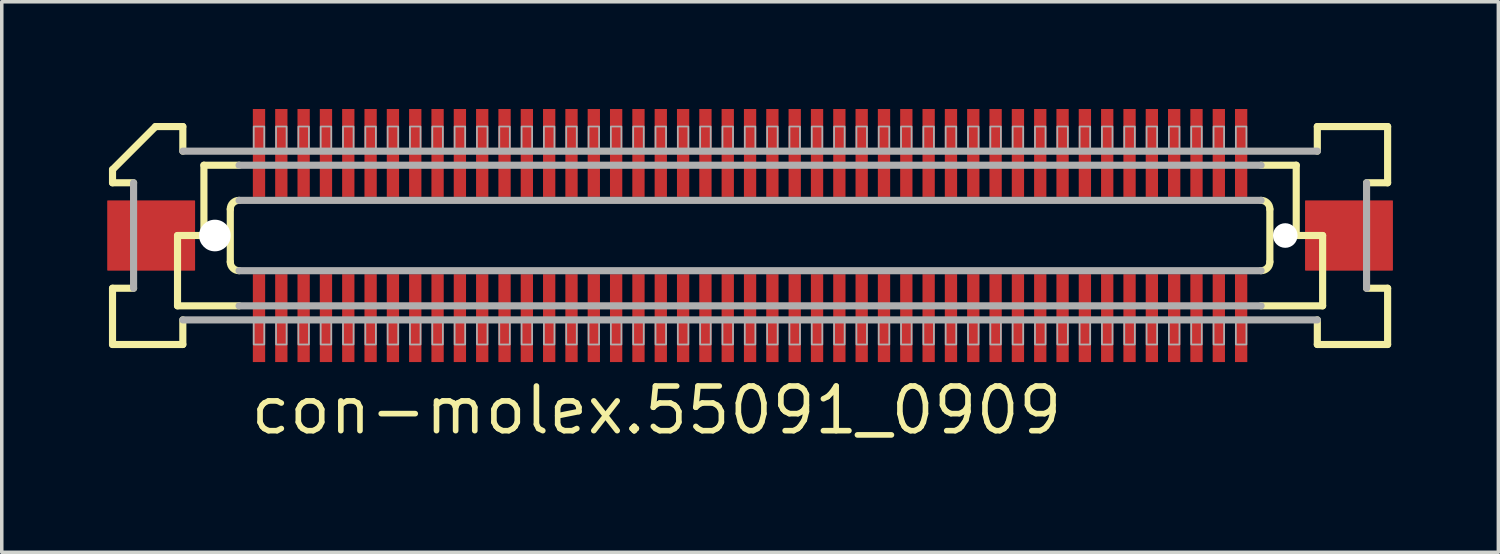
<source format=kicad_pcb>
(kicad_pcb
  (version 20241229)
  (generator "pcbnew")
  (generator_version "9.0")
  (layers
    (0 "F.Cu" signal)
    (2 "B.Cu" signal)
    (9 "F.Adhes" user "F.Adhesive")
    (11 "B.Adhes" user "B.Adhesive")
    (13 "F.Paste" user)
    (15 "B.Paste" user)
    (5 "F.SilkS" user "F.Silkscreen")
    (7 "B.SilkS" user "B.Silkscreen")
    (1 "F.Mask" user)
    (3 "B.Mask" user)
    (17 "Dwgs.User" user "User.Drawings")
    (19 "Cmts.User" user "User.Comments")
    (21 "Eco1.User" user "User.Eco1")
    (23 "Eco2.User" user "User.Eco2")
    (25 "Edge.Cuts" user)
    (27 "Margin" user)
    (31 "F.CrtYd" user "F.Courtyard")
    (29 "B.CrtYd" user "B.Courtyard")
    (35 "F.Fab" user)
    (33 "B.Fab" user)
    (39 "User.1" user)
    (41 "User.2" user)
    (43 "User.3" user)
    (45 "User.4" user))
  (footprint "con-molex.55091_0909"
    (layer "F.Cu")
    (at 18.288 3.65)
    (property "Reference" "con-molex.55091_0909" (at -14.287 5.715 0) (layer "F.SilkS") (effects (font (size 1.27 1.27) (thickness 0.16)) (justify left bottom)))
    (attr smd)
    (fp_rect (start -14.17 -1.075) (end -13.77 -3.625) (stroke (width 0.05) (type default)) (fill yes) (layer "F.Mask"))
    (fp_rect (start -14.17 3.625) (end -13.77 1.075) (stroke (width 0.05) (type default)) (fill yes) (layer "F.Mask"))
    (fp_rect (start -13.535 -1.075) (end -13.135 -3.625) (stroke (width 0.05) (type default)) (fill yes) (layer "F.Mask"))
    (fp_rect (start -13.535 3.625) (end -13.135 1.075) (stroke (width 0.05) (type default)) (fill yes) (layer "F.Mask"))
    (fp_rect (start -12.9 -1.075) (end -12.5 -3.625) (stroke (width 0.05) (type default)) (fill yes) (layer "F.Mask"))
    (fp_rect (start -12.9 3.625) (end -12.5 1.075) (stroke (width 0.05) (type default)) (fill yes) (layer "F.Mask"))
    (fp_rect (start -12.265 -1.075) (end -11.865 -3.625) (stroke (width 0.05) (type default)) (fill yes) (layer "F.Mask"))
    (fp_rect (start -12.265 3.625) (end -11.865 1.075) (stroke (width 0.05) (type default)) (fill yes) (layer "F.Mask"))
    (fp_rect (start -11.63 -1.075) (end -11.23 -3.625) (stroke (width 0.05) (type default)) (fill yes) (layer "F.Mask"))
    (fp_rect (start -11.63 3.625) (end -11.23 1.075) (stroke (width 0.05) (type default)) (fill yes) (layer "F.Mask"))
    (fp_rect (start -10.995 -1.075) (end -10.595 -3.625) (stroke (width 0.05) (type default)) (fill yes) (layer "F.Mask"))
    (fp_rect (start -10.995 3.625) (end -10.595 1.075) (stroke (width 0.05) (type default)) (fill yes) (layer "F.Mask"))
    (fp_rect (start -10.36 -1.075) (end -9.96 -3.625) (stroke (width 0.05) (type default)) (fill yes) (layer "F.Mask"))
    (fp_rect (start -10.36 3.625) (end -9.96 1.075) (stroke (width 0.05) (type default)) (fill yes) (layer "F.Mask"))
    (fp_rect (start -9.725 -1.075) (end -9.325 -3.625) (stroke (width 0.05) (type default)) (fill yes) (layer "F.Mask"))
    (fp_rect (start -9.725 3.625) (end -9.325 1.075) (stroke (width 0.05) (type default)) (fill yes) (layer "F.Mask"))
    (fp_rect (start -9.09 -1.075) (end -8.69 -3.625) (stroke (width 0.05) (type default)) (fill yes) (layer "F.Mask"))
    (fp_rect (start -9.09 3.625) (end -8.69 1.075) (stroke (width 0.05) (type default)) (fill yes) (layer "F.Mask"))
    (fp_rect (start -8.455 -1.075) (end -8.055 -3.625) (stroke (width 0.05) (type default)) (fill yes) (layer "F.Mask"))
    (fp_rect (start -8.455 3.625) (end -8.055 1.075) (stroke (width 0.05) (type default)) (fill yes) (layer "F.Mask"))
    (fp_rect (start -7.82 -1.075) (end -7.42 -3.625) (stroke (width 0.05) (type default)) (fill yes) (layer "F.Mask"))
    (fp_rect (start -7.82 3.625) (end -7.42 1.075) (stroke (width 0.05) (type default)) (fill yes) (layer "F.Mask"))
    (fp_rect (start -7.185 -1.075) (end -6.785 -3.625) (stroke (width 0.05) (type default)) (fill yes) (layer "F.Mask"))
    (fp_rect (start -7.185 3.625) (end -6.785 1.075) (stroke (width 0.05) (type default)) (fill yes) (layer "F.Mask"))
    (fp_rect (start -6.55 -1.075) (end -6.15 -3.625) (stroke (width 0.05) (type default)) (fill yes) (layer "F.Mask"))
    (fp_rect (start -6.55 3.625) (end -6.15 1.075) (stroke (width 0.05) (type default)) (fill yes) (layer "F.Mask"))
    (fp_rect (start -5.915 -1.075) (end -5.515 -3.625) (stroke (width 0.05) (type default)) (fill yes) (layer "F.Mask"))
    (fp_rect (start -5.915 3.625) (end -5.515 1.075) (stroke (width 0.05) (type default)) (fill yes) (layer "F.Mask"))
    (fp_rect (start -5.28 -1.075) (end -4.88 -3.625) (stroke (width 0.05) (type default)) (fill yes) (layer "F.Mask"))
    (fp_rect (start -5.28 3.625) (end -4.88 1.075) (stroke (width 0.05) (type default)) (fill yes) (layer "F.Mask"))
    (fp_rect (start -4.645 -1.075) (end -4.245 -3.625) (stroke (width 0.05) (type default)) (fill yes) (layer "F.Mask"))
    (fp_rect (start -4.645 3.625) (end -4.245 1.075) (stroke (width 0.05) (type default)) (fill yes) (layer "F.Mask"))
    (fp_rect (start -4.01 -1.075) (end -3.61 -3.625) (stroke (width 0.05) (type default)) (fill yes) (layer "F.Mask"))
    (fp_rect (start -4.01 3.625) (end -3.61 1.075) (stroke (width 0.05) (type default)) (fill yes) (layer "F.Mask"))
    (fp_rect (start -3.375 -1.075) (end -2.975 -3.625) (stroke (width 0.05) (type default)) (fill yes) (layer "F.Mask"))
    (fp_rect (start -3.375 3.625) (end -2.975 1.075) (stroke (width 0.05) (type default)) (fill yes) (layer "F.Mask"))
    (fp_rect (start -2.74 -1.075) (end -2.34 -3.625) (stroke (width 0.05) (type default)) (fill yes) (layer "F.Mask"))
    (fp_rect (start -2.74 3.625) (end -2.34 1.075) (stroke (width 0.05) (type default)) (fill yes) (layer "F.Mask"))
    (fp_rect (start -2.105 -1.075) (end -1.705 -3.625) (stroke (width 0.05) (type default)) (fill yes) (layer "F.Mask"))
    (fp_rect (start -2.105 3.625) (end -1.705 1.075) (stroke (width 0.05) (type default)) (fill yes) (layer "F.Mask"))
    (fp_rect (start -1.47 -1.075) (end -1.07 -3.625) (stroke (width 0.05) (type default)) (fill yes) (layer "F.Mask"))
    (fp_rect (start -1.47 3.625) (end -1.07 1.075) (stroke (width 0.05) (type default)) (fill yes) (layer "F.Mask"))
    (fp_rect (start -0.835 -1.075) (end -0.435 -3.625) (stroke (width 0.05) (type default)) (fill yes) (layer "F.Mask"))
    (fp_rect (start -0.835 3.625) (end -0.435 1.075) (stroke (width 0.05) (type default)) (fill yes) (layer "F.Mask"))
    (fp_rect (start -0.2 -1.075) (end 0.2 -3.625) (stroke (width 0.05) (type default)) (fill yes) (layer "F.Mask"))
    (fp_rect (start -0.2 3.625) (end 0.2 1.075) (stroke (width 0.05) (type default)) (fill yes) (layer "F.Mask"))
    (fp_rect (start 0.435 -1.075) (end 0.835 -3.625) (stroke (width 0.05) (type default)) (fill yes) (layer "F.Mask"))
    (fp_rect (start 0.435 3.625) (end 0.835 1.075) (stroke (width 0.05) (type default)) (fill yes) (layer "F.Mask"))
    (fp_rect (start 1.07 -1.075) (end 1.47 -3.625) (stroke (width 0.05) (type default)) (fill yes) (layer "F.Mask"))
    (fp_rect (start 1.07 3.625) (end 1.47 1.075) (stroke (width 0.05) (type default)) (fill yes) (layer "F.Mask"))
    (fp_rect (start 1.705 -1.075) (end 2.105 -3.625) (stroke (width 0.05) (type default)) (fill yes) (layer "F.Mask"))
    (fp_rect (start 1.705 3.625) (end 2.105 1.075) (stroke (width 0.05) (type default)) (fill yes) (layer "F.Mask"))
    (fp_rect (start 2.34 -1.075) (end 2.74 -3.625) (stroke (width 0.05) (type default)) (fill yes) (layer "F.Mask"))
    (fp_rect (start 2.34 3.625) (end 2.74 1.075) (stroke (width 0.05) (type default)) (fill yes) (layer "F.Mask"))
    (fp_rect (start 2.975 -1.075) (end 3.375 -3.625) (stroke (width 0.05) (type default)) (fill yes) (layer "F.Mask"))
    (fp_rect (start 2.975 3.625) (end 3.375 1.075) (stroke (width 0.05) (type default)) (fill yes) (layer "F.Mask"))
    (fp_rect (start 3.61 -1.075) (end 4.01 -3.625) (stroke (width 0.05) (type default)) (fill yes) (layer "F.Mask"))
    (fp_rect (start 3.61 3.625) (end 4.01 1.075) (stroke (width 0.05) (type default)) (fill yes) (layer "F.Mask"))
    (fp_rect (start 4.245 -1.075) (end 4.645 -3.625) (stroke (width 0.05) (type default)) (fill yes) (layer "F.Mask"))
    (fp_rect (start 4.245 3.625) (end 4.645 1.075) (stroke (width 0.05) (type default)) (fill yes) (layer "F.Mask"))
    (fp_rect (start 4.88 -1.075) (end 5.28 -3.625) (stroke (width 0.05) (type default)) (fill yes) (layer "F.Mask"))
    (fp_rect (start 4.88 3.625) (end 5.28 1.075) (stroke (width 0.05) (type default)) (fill yes) (layer "F.Mask"))
    (fp_rect (start 5.515 -1.075) (end 5.915 -3.625) (stroke (width 0.05) (type default)) (fill yes) (layer "F.Mask"))
    (fp_rect (start 5.515 3.625) (end 5.915 1.075) (stroke (width 0.05) (type default)) (fill yes) (layer "F.Mask"))
    (fp_rect (start 6.15 -1.075) (end 6.55 -3.625) (stroke (width 0.05) (type default)) (fill yes) (layer "F.Mask"))
    (fp_rect (start 6.15 3.625) (end 6.55 1.075) (stroke (width 0.05) (type default)) (fill yes) (layer "F.Mask"))
    (fp_rect (start 6.785 -1.075) (end 7.185 -3.625) (stroke (width 0.05) (type default)) (fill yes) (layer "F.Mask"))
    (fp_rect (start 6.785 3.625) (end 7.185 1.075) (stroke (width 0.05) (type default)) (fill yes) (layer "F.Mask"))
    (fp_rect (start 7.42 -1.075) (end 7.82 -3.625) (stroke (width 0.05) (type default)) (fill yes) (layer "F.Mask"))
    (fp_rect (start 7.42 3.625) (end 7.82 1.075) (stroke (width 0.05) (type default)) (fill yes) (layer "F.Mask"))
    (fp_rect (start 8.055 -1.075) (end 8.455 -3.625) (stroke (width 0.05) (type default)) (fill yes) (layer "F.Mask"))
    (fp_rect (start 8.055 3.625) (end 8.455 1.075) (stroke (width 0.05) (type default)) (fill yes) (layer "F.Mask"))
    (fp_rect (start 8.69 -1.075) (end 9.09 -3.625) (stroke (width 0.05) (type default)) (fill yes) (layer "F.Mask"))
    (fp_rect (start 8.69 3.625) (end 9.09 1.075) (stroke (width 0.05) (type default)) (fill yes) (layer "F.Mask"))
    (fp_rect (start 9.325 -1.075) (end 9.725 -3.625) (stroke (width 0.05) (type default)) (fill yes) (layer "F.Mask"))
    (fp_rect (start 9.325 3.625) (end 9.725 1.075) (stroke (width 0.05) (type default)) (fill yes) (layer "F.Mask"))
    (fp_rect (start 9.96 -1.075) (end 10.36 -3.625) (stroke (width 0.05) (type default)) (fill yes) (layer "F.Mask"))
    (fp_rect (start 9.96 3.625) (end 10.36 1.075) (stroke (width 0.05) (type default)) (fill yes) (layer "F.Mask"))
    (fp_rect (start 10.595 -1.075) (end 10.995 -3.625) (stroke (width 0.05) (type default)) (fill yes) (layer "F.Mask"))
    (fp_rect (start 10.595 3.625) (end 10.995 1.075) (stroke (width 0.05) (type default)) (fill yes) (layer "F.Mask"))
    (fp_rect (start 11.23 -1.075) (end 11.63 -3.625) (stroke (width 0.05) (type default)) (fill yes) (layer "F.Mask"))
    (fp_rect (start 11.23 3.625) (end 11.63 1.075) (stroke (width 0.05) (type default)) (fill yes) (layer "F.Mask"))
    (fp_rect (start 11.865 -1.075) (end 12.265 -3.625) (stroke (width 0.05) (type default)) (fill yes) (layer "F.Mask"))
    (fp_rect (start 11.865 3.625) (end 12.265 1.075) (stroke (width 0.05) (type default)) (fill yes) (layer "F.Mask"))
    (fp_rect (start 12.5 -1.075) (end 12.9 -3.625) (stroke (width 0.05) (type default)) (fill yes) (layer "F.Mask"))
    (fp_rect (start 12.5 3.625) (end 12.9 1.075) (stroke (width 0.05) (type default)) (fill yes) (layer "F.Mask"))
    (fp_rect (start 13.135 -1.075) (end 13.535 -3.625) (stroke (width 0.05) (type default)) (fill yes) (layer "F.Mask"))
    (fp_rect (start 13.135 3.625) (end 13.535 1.075) (stroke (width 0.05) (type default)) (fill yes) (layer "F.Mask"))
    (fp_rect (start 13.77 -1.075) (end 14.17 -3.625) (stroke (width 0.05) (type default)) (fill yes) (layer "F.Mask"))
    (fp_rect (start 13.77 3.625) (end 14.17 1.075) (stroke (width 0.05) (type default)) (fill yes) (layer "F.Mask"))
    (fp_line (start -18.137 -1.5) (end -18.137 -1.875) (stroke (width 0.203) (type default)) (layer "F.SilkS"))
    (fp_line (start -18.137 1.5) (end -17.538 1.5) (stroke (width 0.203) (type default)) (layer "F.SilkS"))
    (fp_line (start -18.137 3.1) (end -18.137 1.5) (stroke (width 0.203) (type default)) (layer "F.SilkS"))
    (fp_line (start -17.538 -1.5) (end -18.137 -1.5) (stroke (width 0.203) (type default)) (layer "F.SilkS"))
    (fp_line (start -16.913 -3.1) (end -18.137 -1.875) (stroke (width 0.203) (type default)) (layer "F.SilkS"))
    (fp_line (start -16.913 -3.1) (end -16.137 -3.1) (stroke (width 0.203) (type default)) (layer "F.SilkS"))
    (fp_line (start -16.288 0) (end -16.288 2) (stroke (width 0.203) (type default)) (layer "F.SilkS"))
    (fp_line (start -16.288 2) (end -14.537 2) (stroke (width 0.203) (type default)) (layer "F.SilkS"))
    (fp_line (start -16.137 -3.1) (end -16.137 -2.4) (stroke (width 0.203) (type default)) (layer "F.SilkS"))
    (fp_line (start -16.137 2.4) (end -16.137 3.1) (stroke (width 0.203) (type default)) (layer "F.SilkS"))
    (fp_line (start -16.137 3.1) (end -18.137 3.1) (stroke (width 0.203) (type default)) (layer "F.SilkS"))
    (fp_line (start -15.537 -2) (end -15.537 0) (stroke (width 0.203) (type default)) (layer "F.SilkS"))
    (fp_line (start -15.537 0) (end -16.288 0) (stroke (width 0.203) (type default)) (layer "F.SilkS"))
    (fp_line (start -14.787 0.75) (end -14.787 -0.75) (stroke (width 0.203) (type default)) (layer "F.SilkS"))
    (fp_line (start -14.537 -2) (end -15.537 -2) (stroke (width 0.203) (type default)) (layer "F.SilkS"))
    (fp_line (start 14.537 2) (end 16.288 2) (stroke (width 0.203) (type default)) (layer "F.SilkS"))
    (fp_line (start 14.787 -0.75) (end 14.787 0.75) (stroke (width 0.203) (type default)) (layer "F.SilkS"))
    (fp_line (start 15.537 -2) (end 14.537 -2) (stroke (width 0.203) (type default)) (layer "F.SilkS"))
    (fp_line (start 15.537 -2) (end 15.537 0) (stroke (width 0.203) (type default)) (layer "F.SilkS"))
    (fp_line (start 16.137 -3.1) (end 18.137 -3.1) (stroke (width 0.203) (type default)) (layer "F.SilkS"))
    (fp_line (start 16.137 -2.4) (end 16.137 -3.1) (stroke (width 0.203) (type default)) (layer "F.SilkS"))
    (fp_line (start 16.137 3.1) (end 16.137 2.4) (stroke (width 0.203) (type default)) (layer "F.SilkS"))
    (fp_line (start 16.288 0) (end 15.537 0) (stroke (width 0.203) (type default)) (layer "F.SilkS"))
    (fp_line (start 16.288 0) (end 16.288 2) (stroke (width 0.203) (type default)) (layer "F.SilkS"))
    (fp_line (start 17.538 1.5) (end 18.137 1.5) (stroke (width 0.203) (type default)) (layer "F.SilkS"))
    (fp_line (start 18.137 -3.1) (end 18.137 -1.5) (stroke (width 0.203) (type default)) (layer "F.SilkS"))
    (fp_line (start 18.137 -1.5) (end 17.538 -1.5) (stroke (width 0.203) (type default)) (layer "F.SilkS"))
    (fp_line (start 18.137 1.5) (end 18.137 3.1) (stroke (width 0.203) (type default)) (layer "F.SilkS"))
    (fp_line (start 18.137 3.1) (end 16.137 3.1) (stroke (width 0.203) (type default)) (layer "F.SilkS"))
    (fp_arc (start -14.7875 -0.75) (mid -14.714277 -0.926777) (end -14.5375 -1) (stroke (width 0.2032) (type default)) (layer "F.SilkS"))
    (fp_arc (start -14.5375 1) (mid -14.714277 0.926777) (end -14.7875 0.75) (stroke (width 0.2032) (type default)) (layer "F.SilkS"))
    (fp_arc (start 14.5375 -1) (mid 14.714277 -0.926777) (end 14.7875 -0.75) (stroke (width 0.2032) (type default)) (layer "F.SilkS"))
    (fp_arc (start 14.7875 0.75) (mid 14.714277 0.926777) (end 14.5375 1) (stroke (width 0.2032) (type default)) (layer "F.SilkS"))
    (fp_line (start -17.538 1.5) (end -17.538 -1.5) (stroke (width 0.203) (type default)) (layer "F.Fab"))
    (fp_line (start -16.137 -2.4) (end 16.137 -2.4) (stroke (width 0.203) (type default)) (layer "F.Fab"))
    (fp_line (start -14.537 -1) (end 14.537 -1) (stroke (width 0.203) (type default)) (layer "F.Fab"))
    (fp_line (start -14.537 2) (end 14.537 2) (stroke (width 0.203) (type default)) (layer "F.Fab"))
    (fp_line (start 14.537 -2) (end -14.537 -2) (stroke (width 0.203) (type default)) (layer "F.Fab"))
    (fp_line (start 14.537 1) (end -14.537 1) (stroke (width 0.203) (type default)) (layer "F.Fab"))
    (fp_line (start 16.137 2.4) (end -16.137 2.4) (stroke (width 0.203) (type default)) (layer "F.Fab"))
    (fp_line (start 17.538 -1.5) (end 17.538 1.5) (stroke (width 0.203) (type default)) (layer "F.Fab"))
    (fp_rect (start -14.12 -2.375) (end -13.82 -3.1) (stroke (width 0.05) (type default)) (fill no) (layer "F.Fab"))
    (fp_rect (start -14.12 3.1) (end -13.82 2.375) (stroke (width 0.05) (type default)) (fill no) (layer "F.Fab"))
    (fp_rect (start -13.485 -2.375) (end -13.185 -3.1) (stroke (width 0.05) (type default)) (fill no) (layer "F.Fab"))
    (fp_rect (start -13.485 3.1) (end -13.185 2.375) (stroke (width 0.05) (type default)) (fill no) (layer "F.Fab"))
    (fp_rect (start -12.85 -2.375) (end -12.55 -3.1) (stroke (width 0.05) (type default)) (fill no) (layer "F.Fab"))
    (fp_rect (start -12.85 3.1) (end -12.55 2.375) (stroke (width 0.05) (type default)) (fill no) (layer "F.Fab"))
    (fp_rect (start -12.215 -2.375) (end -11.915 -3.1) (stroke (width 0.05) (type default)) (fill no) (layer "F.Fab"))
    (fp_rect (start -12.215 3.1) (end -11.915 2.375) (stroke (width 0.05) (type default)) (fill no) (layer "F.Fab"))
    (fp_rect (start -11.58 -2.375) (end -11.28 -3.1) (stroke (width 0.05) (type default)) (fill no) (layer "F.Fab"))
    (fp_rect (start -11.58 3.1) (end -11.28 2.375) (stroke (width 0.05) (type default)) (fill no) (layer "F.Fab"))
    (fp_rect (start -10.945 -2.375) (end -10.645 -3.1) (stroke (width 0.05) (type default)) (fill no) (layer "F.Fab"))
    (fp_rect (start -10.945 3.1) (end -10.645 2.375) (stroke (width 0.05) (type default)) (fill no) (layer "F.Fab"))
    (fp_rect (start -10.31 -2.375) (end -10.01 -3.1) (stroke (width 0.05) (type default)) (fill no) (layer "F.Fab"))
    (fp_rect (start -10.31 3.1) (end -10.01 2.375) (stroke (width 0.05) (type default)) (fill no) (layer "F.Fab"))
    (fp_rect (start -9.675 -2.375) (end -9.375 -3.1) (stroke (width 0.05) (type default)) (fill no) (layer "F.Fab"))
    (fp_rect (start -9.675 3.1) (end -9.375 2.375) (stroke (width 0.05) (type default)) (fill no) (layer "F.Fab"))
    (fp_rect (start -9.04 -2.375) (end -8.74 -3.1) (stroke (width 0.05) (type default)) (fill no) (layer "F.Fab"))
    (fp_rect (start -9.04 3.1) (end -8.74 2.375) (stroke (width 0.05) (type default)) (fill no) (layer "F.Fab"))
    (fp_rect (start -8.405 -2.375) (end -8.105 -3.1) (stroke (width 0.05) (type default)) (fill no) (layer "F.Fab"))
    (fp_rect (start -8.405 3.1) (end -8.105 2.375) (stroke (width 0.05) (type default)) (fill no) (layer "F.Fab"))
    (fp_rect (start -7.77 -2.375) (end -7.47 -3.1) (stroke (width 0.05) (type default)) (fill no) (layer "F.Fab"))
    (fp_rect (start -7.77 3.1) (end -7.47 2.375) (stroke (width 0.05) (type default)) (fill no) (layer "F.Fab"))
    (fp_rect (start -7.135 -2.375) (end -6.835 -3.1) (stroke (width 0.05) (type default)) (fill no) (layer "F.Fab"))
    (fp_rect (start -7.135 3.1) (end -6.835 2.375) (stroke (width 0.05) (type default)) (fill no) (layer "F.Fab"))
    (fp_rect (start -6.5 -2.375) (end -6.2 -3.1) (stroke (width 0.05) (type default)) (fill no) (layer "F.Fab"))
    (fp_rect (start -6.5 3.1) (end -6.2 2.375) (stroke (width 0.05) (type default)) (fill no) (layer "F.Fab"))
    (fp_rect (start -5.865 -2.375) (end -5.565 -3.1) (stroke (width 0.05) (type default)) (fill no) (layer "F.Fab"))
    (fp_rect (start -5.865 3.1) (end -5.565 2.375) (stroke (width 0.05) (type default)) (fill no) (layer "F.Fab"))
    (fp_rect (start -5.23 -2.375) (end -4.93 -3.1) (stroke (width 0.05) (type default)) (fill no) (layer "F.Fab"))
    (fp_rect (start -5.23 3.1) (end -4.93 2.375) (stroke (width 0.05) (type default)) (fill no) (layer "F.Fab"))
    (fp_rect (start -4.595 -2.375) (end -4.295 -3.1) (stroke (width 0.05) (type default)) (fill no) (layer "F.Fab"))
    (fp_rect (start -4.595 3.1) (end -4.295 2.375) (stroke (width 0.05) (type default)) (fill no) (layer "F.Fab"))
    (fp_rect (start -3.96 -2.375) (end -3.66 -3.1) (stroke (width 0.05) (type default)) (fill no) (layer "F.Fab"))
    (fp_rect (start -3.96 3.1) (end -3.66 2.375) (stroke (width 0.05) (type default)) (fill no) (layer "F.Fab"))
    (fp_rect (start -3.325 -2.375) (end -3.025 -3.1) (stroke (width 0.05) (type default)) (fill no) (layer "F.Fab"))
    (fp_rect (start -3.325 3.1) (end -3.025 2.375) (stroke (width 0.05) (type default)) (fill no) (layer "F.Fab"))
    (fp_rect (start -2.69 -2.375) (end -2.39 -3.1) (stroke (width 0.05) (type default)) (fill no) (layer "F.Fab"))
    (fp_rect (start -2.69 3.1) (end -2.39 2.375) (stroke (width 0.05) (type default)) (fill no) (layer "F.Fab"))
    (fp_rect (start -2.055 -2.375) (end -1.755 -3.1) (stroke (width 0.05) (type default)) (fill no) (layer "F.Fab"))
    (fp_rect (start -2.055 3.1) (end -1.755 2.375) (stroke (width 0.05) (type default)) (fill no) (layer "F.Fab"))
    (fp_rect (start -1.42 -2.375) (end -1.12 -3.1) (stroke (width 0.05) (type default)) (fill no) (layer "F.Fab"))
    (fp_rect (start -1.42 3.1) (end -1.12 2.375) (stroke (width 0.05) (type default)) (fill no) (layer "F.Fab"))
    (fp_rect (start -0.785 -2.375) (end -0.485 -3.1) (stroke (width 0.05) (type default)) (fill no) (layer "F.Fab"))
    (fp_rect (start -0.785 3.1) (end -0.485 2.375) (stroke (width 0.05) (type default)) (fill no) (layer "F.Fab"))
    (fp_rect (start -0.15 -2.375) (end 0.15 -3.1) (stroke (width 0.05) (type default)) (fill no) (layer "F.Fab"))
    (fp_rect (start -0.15 3.1) (end 0.15 2.375) (stroke (width 0.05) (type default)) (fill no) (layer "F.Fab"))
    (fp_rect (start 0.485 -2.375) (end 0.785 -3.1) (stroke (width 0.05) (type default)) (fill no) (layer "F.Fab"))
    (fp_rect (start 0.485 3.1) (end 0.785 2.375) (stroke (width 0.05) (type default)) (fill no) (layer "F.Fab"))
    (fp_rect (start 1.12 -2.375) (end 1.42 -3.1) (stroke (width 0.05) (type default)) (fill no) (layer "F.Fab"))
    (fp_rect (start 1.12 3.1) (end 1.42 2.375) (stroke (width 0.05) (type default)) (fill no) (layer "F.Fab"))
    (fp_rect (start 1.755 -2.375) (end 2.055 -3.1) (stroke (width 0.05) (type default)) (fill no) (layer "F.Fab"))
    (fp_rect (start 1.755 3.1) (end 2.055 2.375) (stroke (width 0.05) (type default)) (fill no) (layer "F.Fab"))
    (fp_rect (start 2.39 -2.375) (end 2.69 -3.1) (stroke (width 0.05) (type default)) (fill no) (layer "F.Fab"))
    (fp_rect (start 2.39 3.1) (end 2.69 2.375) (stroke (width 0.05) (type default)) (fill no) (layer "F.Fab"))
    (fp_rect (start 3.025 -2.375) (end 3.325 -3.1) (stroke (width 0.05) (type default)) (fill no) (layer "F.Fab"))
    (fp_rect (start 3.025 3.1) (end 3.325 2.375) (stroke (width 0.05) (type default)) (fill no) (layer "F.Fab"))
    (fp_rect (start 3.66 -2.375) (end 3.96 -3.1) (stroke (width 0.05) (type default)) (fill no) (layer "F.Fab"))
    (fp_rect (start 3.66 3.1) (end 3.96 2.375) (stroke (width 0.05) (type default)) (fill no) (layer "F.Fab"))
    (fp_rect (start 4.295 -2.375) (end 4.595 -3.1) (stroke (width 0.05) (type default)) (fill no) (layer "F.Fab"))
    (fp_rect (start 4.295 3.1) (end 4.595 2.375) (stroke (width 0.05) (type default)) (fill no) (layer "F.Fab"))
    (fp_rect (start 4.93 -2.375) (end 5.23 -3.1) (stroke (width 0.05) (type default)) (fill no) (layer "F.Fab"))
    (fp_rect (start 4.93 3.1) (end 5.23 2.375) (stroke (width 0.05) (type default)) (fill no) (layer "F.Fab"))
    (fp_rect (start 5.565 -2.375) (end 5.865 -3.1) (stroke (width 0.05) (type default)) (fill no) (layer "F.Fab"))
    (fp_rect (start 5.565 3.1) (end 5.865 2.375) (stroke (width 0.05) (type default)) (fill no) (layer "F.Fab"))
    (fp_rect (start 6.2 -2.375) (end 6.5 -3.1) (stroke (width 0.05) (type default)) (fill no) (layer "F.Fab"))
    (fp_rect (start 6.2 3.1) (end 6.5 2.375) (stroke (width 0.05) (type default)) (fill no) (layer "F.Fab"))
    (fp_rect (start 6.835 -2.375) (end 7.135 -3.1) (stroke (width 0.05) (type default)) (fill no) (layer "F.Fab"))
    (fp_rect (start 6.835 3.1) (end 7.135 2.375) (stroke (width 0.05) (type default)) (fill no) (layer "F.Fab"))
    (fp_rect (start 7.47 -2.375) (end 7.77 -3.1) (stroke (width 0.05) (type default)) (fill no) (layer "F.Fab"))
    (fp_rect (start 7.47 3.1) (end 7.77 2.375) (stroke (width 0.05) (type default)) (fill no) (layer "F.Fab"))
    (fp_rect (start 8.105 -2.375) (end 8.405 -3.1) (stroke (width 0.05) (type default)) (fill no) (layer "F.Fab"))
    (fp_rect (start 8.105 3.1) (end 8.405 2.375) (stroke (width 0.05) (type default)) (fill no) (layer "F.Fab"))
    (fp_rect (start 8.74 -2.375) (end 9.04 -3.1) (stroke (width 0.05) (type default)) (fill no) (layer "F.Fab"))
    (fp_rect (start 8.74 3.1) (end 9.04 2.375) (stroke (width 0.05) (type default)) (fill no) (layer "F.Fab"))
    (fp_rect (start 9.375 -2.375) (end 9.675 -3.1) (stroke (width 0.05) (type default)) (fill no) (layer "F.Fab"))
    (fp_rect (start 9.375 3.1) (end 9.675 2.375) (stroke (width 0.05) (type default)) (fill no) (layer "F.Fab"))
    (fp_rect (start 10.01 -2.375) (end 10.31 -3.1) (stroke (width 0.05) (type default)) (fill no) (layer "F.Fab"))
    (fp_rect (start 10.01 3.1) (end 10.31 2.375) (stroke (width 0.05) (type default)) (fill no) (layer "F.Fab"))
    (fp_rect (start 10.645 -2.375) (end 10.945 -3.1) (stroke (width 0.05) (type default)) (fill no) (layer "F.Fab"))
    (fp_rect (start 10.645 3.1) (end 10.945 2.375) (stroke (width 0.05) (type default)) (fill no) (layer "F.Fab"))
    (fp_rect (start 11.28 -2.375) (end 11.58 -3.1) (stroke (width 0.05) (type default)) (fill no) (layer "F.Fab"))
    (fp_rect (start 11.28 3.1) (end 11.58 2.375) (stroke (width 0.05) (type default)) (fill no) (layer "F.Fab"))
    (fp_rect (start 11.915 -2.375) (end 12.215 -3.1) (stroke (width 0.05) (type default)) (fill no) (layer "F.Fab"))
    (fp_rect (start 11.915 3.1) (end 12.215 2.375) (stroke (width 0.05) (type default)) (fill no) (layer "F.Fab"))
    (fp_rect (start 12.55 -2.375) (end 12.85 -3.1) (stroke (width 0.05) (type default)) (fill no) (layer "F.Fab"))
    (fp_rect (start 12.55 3.1) (end 12.85 2.375) (stroke (width 0.05) (type default)) (fill no) (layer "F.Fab"))
    (fp_rect (start 13.185 -2.375) (end 13.485 -3.1) (stroke (width 0.05) (type default)) (fill no) (layer "F.Fab"))
    (fp_rect (start 13.185 3.1) (end 13.485 2.375) (stroke (width 0.05) (type default)) (fill no) (layer "F.Fab"))
    (fp_rect (start 13.82 -2.375) (end 14.12 -3.1) (stroke (width 0.05) (type default)) (fill no) (layer "F.Fab"))
    (fp_rect (start 13.82 3.1) (end 14.12 2.375) (stroke (width 0.05) (type default)) (fill no) (layer "F.Fab"))
    (pad "" np_thru_hole circle (at -15.225 0) (size 0.9 0.9) (drill 0.9) (layers "*.Cu" "*.Mask"))
    (pad "" np_thru_hole circle (at 15.225 0) (size 0.7 0.7) (drill 0.7) (layers "*.Cu" "*.Mask"))
    (pad "1" smd roundrect (at -13.97 -2.35) (size 0.35 2.5) (layers "F.Cu" "F.Mask" "F.Paste") (roundrect_rratio 0.01))
    (pad "2" smd roundrect (at -13.97 2.35 180) (size 0.35 2.5) (layers "F.Cu" "F.Mask" "F.Paste") (roundrect_rratio 0.01))
    (pad "3" smd roundrect (at -13.335 -2.35) (size 0.35 2.5) (layers "F.Cu" "F.Mask" "F.Paste") (roundrect_rratio 0.01))
    (pad "4" smd roundrect (at -13.335 2.35 180) (size 0.35 2.5) (layers "F.Cu" "F.Mask" "F.Paste") (roundrect_rratio 0.01))
    (pad "5" smd roundrect (at -12.7 -2.35) (size 0.35 2.5) (layers "F.Cu" "F.Mask" "F.Paste") (roundrect_rratio 0.01))
    (pad "6" smd roundrect (at -12.7 2.35 180) (size 0.35 2.5) (layers "F.Cu" "F.Mask" "F.Paste") (roundrect_rratio 0.01))
    (pad "7" smd roundrect (at -12.065 -2.35) (size 0.35 2.5) (layers "F.Cu" "F.Mask" "F.Paste") (roundrect_rratio 0.01))
    (pad "8" smd roundrect (at -12.065 2.35 180) (size 0.35 2.5) (layers "F.Cu" "F.Mask" "F.Paste") (roundrect_rratio 0.01))
    (pad "9" smd roundrect (at -11.43 -2.35) (size 0.35 2.5) (layers "F.Cu" "F.Mask" "F.Paste") (roundrect_rratio 0.01))
    (pad "10" smd roundrect (at -11.43 2.35 180) (size 0.35 2.5) (layers "F.Cu" "F.Mask" "F.Paste") (roundrect_rratio 0.01))
    (pad "11" smd roundrect (at -10.795 -2.35) (size 0.35 2.5) (layers "F.Cu" "F.Mask" "F.Paste") (roundrect_rratio 0.01))
    (pad "12" smd roundrect (at -10.795 2.35 180) (size 0.35 2.5) (layers "F.Cu" "F.Mask" "F.Paste") (roundrect_rratio 0.01))
    (pad "13" smd roundrect (at -10.16 -2.35) (size 0.35 2.5) (layers "F.Cu" "F.Mask" "F.Paste") (roundrect_rratio 0.01))
    (pad "14" smd roundrect (at -10.16 2.35 180) (size 0.35 2.5) (layers "F.Cu" "F.Mask" "F.Paste") (roundrect_rratio 0.01))
    (pad "15" smd roundrect (at -9.525 -2.35) (size 0.35 2.5) (layers "F.Cu" "F.Mask" "F.Paste") (roundrect_rratio 0.01))
    (pad "16" smd roundrect (at -9.525 2.35 180) (size 0.35 2.5) (layers "F.Cu" "F.Mask" "F.Paste") (roundrect_rratio 0.01))
    (pad "17" smd roundrect (at -8.89 -2.35) (size 0.35 2.5) (layers "F.Cu" "F.Mask" "F.Paste") (roundrect_rratio 0.01))
    (pad "18" smd roundrect (at -8.89 2.35 180) (size 0.35 2.5) (layers "F.Cu" "F.Mask" "F.Paste") (roundrect_rratio 0.01))
    (pad "19" smd roundrect (at -8.255 -2.35) (size 0.35 2.5) (layers "F.Cu" "F.Mask" "F.Paste") (roundrect_rratio 0.01))
    (pad "20" smd roundrect (at -8.255 2.35 180) (size 0.35 2.5) (layers "F.Cu" "F.Mask" "F.Paste") (roundrect_rratio 0.01))
    (pad "21" smd roundrect (at -7.62 -2.35) (size 0.35 2.5) (layers "F.Cu" "F.Mask" "F.Paste") (roundrect_rratio 0.01))
    (pad "22" smd roundrect (at -7.62 2.35 180) (size 0.35 2.5) (layers "F.Cu" "F.Mask" "F.Paste") (roundrect_rratio 0.01))
    (pad "23" smd roundrect (at -6.985 -2.35) (size 0.35 2.5) (layers "F.Cu" "F.Mask" "F.Paste") (roundrect_rratio 0.01))
    (pad "24" smd roundrect (at -6.985 2.35 180) (size 0.35 2.5) (layers "F.Cu" "F.Mask" "F.Paste") (roundrect_rratio 0.01))
    (pad "25" smd roundrect (at -6.35 -2.35) (size 0.35 2.5) (layers "F.Cu" "F.Mask" "F.Paste") (roundrect_rratio 0.01))
    (pad "26" smd roundrect (at -6.35 2.35 180) (size 0.35 2.5) (layers "F.Cu" "F.Mask" "F.Paste") (roundrect_rratio 0.01))
    (pad "27" smd roundrect (at -5.715 -2.35) (size 0.35 2.5) (layers "F.Cu" "F.Mask" "F.Paste") (roundrect_rratio 0.01))
    (pad "28" smd roundrect (at -5.715 2.35 180) (size 0.35 2.5) (layers "F.Cu" "F.Mask" "F.Paste") (roundrect_rratio 0.01))
    (pad "29" smd roundrect (at -5.08 -2.35) (size 0.35 2.5) (layers "F.Cu" "F.Mask" "F.Paste") (roundrect_rratio 0.01))
    (pad "30" smd roundrect (at -5.08 2.35 180) (size 0.35 2.5) (layers "F.Cu" "F.Mask" "F.Paste") (roundrect_rratio 0.01))
    (pad "31" smd roundrect (at -4.445 -2.35) (size 0.35 2.5) (layers "F.Cu" "F.Mask" "F.Paste") (roundrect_rratio 0.01))
    (pad "32" smd roundrect (at -4.445 2.35 180) (size 0.35 2.5) (layers "F.Cu" "F.Mask" "F.Paste") (roundrect_rratio 0.01))
    (pad "33" smd roundrect (at -3.81 -2.35) (size 0.35 2.5) (layers "F.Cu" "F.Mask" "F.Paste") (roundrect_rratio 0.01))
    (pad "34" smd roundrect (at -3.81 2.35 180) (size 0.35 2.5) (layers "F.Cu" "F.Mask" "F.Paste") (roundrect_rratio 0.01))
    (pad "35" smd roundrect (at -3.175 -2.35) (size 0.35 2.5) (layers "F.Cu" "F.Mask" "F.Paste") (roundrect_rratio 0.01))
    (pad "36" smd roundrect (at -3.175 2.35 180) (size 0.35 2.5) (layers "F.Cu" "F.Mask" "F.Paste") (roundrect_rratio 0.01))
    (pad "37" smd roundrect (at -2.54 -2.35) (size 0.35 2.5) (layers "F.Cu" "F.Mask" "F.Paste") (roundrect_rratio 0.01))
    (pad "38" smd roundrect (at -2.54 2.35 180) (size 0.35 2.5) (layers "F.Cu" "F.Mask" "F.Paste") (roundrect_rratio 0.01))
    (pad "39" smd roundrect (at -1.905 -2.35) (size 0.35 2.5) (layers "F.Cu" "F.Mask" "F.Paste") (roundrect_rratio 0.01))
    (pad "40" smd roundrect (at -1.905 2.35 180) (size 0.35 2.5) (layers "F.Cu" "F.Mask" "F.Paste") (roundrect_rratio 0.01))
    (pad "41" smd roundrect (at -1.27 -2.35) (size 0.35 2.5) (layers "F.Cu" "F.Mask" "F.Paste") (roundrect_rratio 0.01))
    (pad "42" smd roundrect (at -1.27 2.35 180) (size 0.35 2.5) (layers "F.Cu" "F.Mask" "F.Paste") (roundrect_rratio 0.01))
    (pad "43" smd roundrect (at -0.635 -2.35) (size 0.35 2.5) (layers "F.Cu" "F.Mask" "F.Paste") (roundrect_rratio 0.01))
    (pad "44" smd roundrect (at -0.635 2.35 180) (size 0.35 2.5) (layers "F.Cu" "F.Mask" "F.Paste") (roundrect_rratio 0.01))
    (pad "45" smd roundrect (at 0 -2.35) (size 0.35 2.5) (layers "F.Cu" "F.Mask" "F.Paste") (roundrect_rratio 0.01))
    (pad "46" smd roundrect (at 0 2.35 180) (size 0.35 2.5) (layers "F.Cu" "F.Mask" "F.Paste") (roundrect_rratio 0.01))
    (pad "47" smd roundrect (at 0.635 -2.35) (size 0.35 2.5) (layers "F.Cu" "F.Mask" "F.Paste") (roundrect_rratio 0.01))
    (pad "48" smd roundrect (at 0.635 2.35 180) (size 0.35 2.5) (layers "F.Cu" "F.Mask" "F.Paste") (roundrect_rratio 0.01))
    (pad "49" smd roundrect (at 1.27 -2.35) (size 0.35 2.5) (layers "F.Cu" "F.Mask" "F.Paste") (roundrect_rratio 0.01))
    (pad "50" smd roundrect (at 1.27 2.35 180) (size 0.35 2.5) (layers "F.Cu" "F.Mask" "F.Paste") (roundrect_rratio 0.01))
    (pad "51" smd roundrect (at 1.905 -2.35) (size 0.35 2.5) (layers "F.Cu" "F.Mask" "F.Paste") (roundrect_rratio 0.01))
    (pad "52" smd roundrect (at 1.905 2.35 180) (size 0.35 2.5) (layers "F.Cu" "F.Mask" "F.Paste") (roundrect_rratio 0.01))
    (pad "53" smd roundrect (at 2.54 -2.35) (size 0.35 2.5) (layers "F.Cu" "F.Mask" "F.Paste") (roundrect_rratio 0.01))
    (pad "54" smd roundrect (at 2.54 2.35 180) (size 0.35 2.5) (layers "F.Cu" "F.Mask" "F.Paste") (roundrect_rratio 0.01))
    (pad "55" smd roundrect (at 3.175 -2.35) (size 0.35 2.5) (layers "F.Cu" "F.Mask" "F.Paste") (roundrect_rratio 0.01))
    (pad "56" smd roundrect (at 3.175 2.35 180) (size 0.35 2.5) (layers "F.Cu" "F.Mask" "F.Paste") (roundrect_rratio 0.01))
    (pad "57" smd roundrect (at 3.81 -2.35) (size 0.35 2.5) (layers "F.Cu" "F.Mask" "F.Paste") (roundrect_rratio 0.01))
    (pad "58" smd roundrect (at 3.81 2.35 180) (size 0.35 2.5) (layers "F.Cu" "F.Mask" "F.Paste") (roundrect_rratio 0.01))
    (pad "59" smd roundrect (at 4.445 -2.35) (size 0.35 2.5) (layers "F.Cu" "F.Mask" "F.Paste") (roundrect_rratio 0.01))
    (pad "60" smd roundrect (at 4.445 2.35 180) (size 0.35 2.5) (layers "F.Cu" "F.Mask" "F.Paste") (roundrect_rratio 0.01))
    (pad "61" smd roundrect (at 5.08 -2.35) (size 0.35 2.5) (layers "F.Cu" "F.Mask" "F.Paste") (roundrect_rratio 0.01))
    (pad "62" smd roundrect (at 5.08 2.35 180) (size 0.35 2.5) (layers "F.Cu" "F.Mask" "F.Paste") (roundrect_rratio 0.01))
    (pad "63" smd roundrect (at 5.715 -2.35) (size 0.35 2.5) (layers "F.Cu" "F.Mask" "F.Paste") (roundrect_rratio 0.01))
    (pad "64" smd roundrect (at 5.715 2.35 180) (size 0.35 2.5) (layers "F.Cu" "F.Mask" "F.Paste") (roundrect_rratio 0.01))
    (pad "65" smd roundrect (at 6.35 -2.35) (size 0.35 2.5) (layers "F.Cu" "F.Mask" "F.Paste") (roundrect_rratio 0.01))
    (pad "66" smd roundrect (at 6.35 2.35 180) (size 0.35 2.5) (layers "F.Cu" "F.Mask" "F.Paste") (roundrect_rratio 0.01))
    (pad "67" smd roundrect (at 6.985 -2.35) (size 0.35 2.5) (layers "F.Cu" "F.Mask" "F.Paste") (roundrect_rratio 0.01))
    (pad "68" smd roundrect (at 6.985 2.35 180) (size 0.35 2.5) (layers "F.Cu" "F.Mask" "F.Paste") (roundrect_rratio 0.01))
    (pad "69" smd roundrect (at 7.62 -2.35) (size 0.35 2.5) (layers "F.Cu" "F.Mask" "F.Paste") (roundrect_rratio 0.01))
    (pad "70" smd roundrect (at 7.62 2.35 180) (size 0.35 2.5) (layers "F.Cu" "F.Mask" "F.Paste") (roundrect_rratio 0.01))
    (pad "71" smd roundrect (at 8.255 -2.35) (size 0.35 2.5) (layers "F.Cu" "F.Mask" "F.Paste") (roundrect_rratio 0.01))
    (pad "72" smd roundrect (at 8.255 2.35 180) (size 0.35 2.5) (layers "F.Cu" "F.Mask" "F.Paste") (roundrect_rratio 0.01))
    (pad "73" smd roundrect (at 8.89 -2.35) (size 0.35 2.5) (layers "F.Cu" "F.Mask" "F.Paste") (roundrect_rratio 0.01))
    (pad "74" smd roundrect (at 8.89 2.35 180) (size 0.35 2.5) (layers "F.Cu" "F.Mask" "F.Paste") (roundrect_rratio 0.01))
    (pad "75" smd roundrect (at 9.525 -2.35) (size 0.35 2.5) (layers "F.Cu" "F.Mask" "F.Paste") (roundrect_rratio 0.01))
    (pad "76" smd roundrect (at 9.525 2.35 180) (size 0.35 2.5) (layers "F.Cu" "F.Mask" "F.Paste") (roundrect_rratio 0.01))
    (pad "77" smd roundrect (at 10.16 -2.35) (size 0.35 2.5) (layers "F.Cu" "F.Mask" "F.Paste") (roundrect_rratio 0.01))
    (pad "78" smd roundrect (at 10.16 2.35 180) (size 0.35 2.5) (layers "F.Cu" "F.Mask" "F.Paste") (roundrect_rratio 0.01))
    (pad "79" smd roundrect (at 10.795 -2.35) (size 0.35 2.5) (layers "F.Cu" "F.Mask" "F.Paste") (roundrect_rratio 0.01))
    (pad "80" smd roundrect (at 10.795 2.35 180) (size 0.35 2.5) (layers "F.Cu" "F.Mask" "F.Paste") (roundrect_rratio 0.01))
    (pad "81" smd roundrect (at 11.43 -2.35) (size 0.35 2.5) (layers "F.Cu" "F.Mask" "F.Paste") (roundrect_rratio 0.01))
    (pad "82" smd roundrect (at 11.43 2.35 180) (size 0.35 2.5) (layers "F.Cu" "F.Mask" "F.Paste") (roundrect_rratio 0.01))
    (pad "83" smd roundrect (at 12.065 -2.35) (size 0.35 2.5) (layers "F.Cu" "F.Mask" "F.Paste") (roundrect_rratio 0.01))
    (pad "84" smd roundrect (at 12.065 2.35 180) (size 0.35 2.5) (layers "F.Cu" "F.Mask" "F.Paste") (roundrect_rratio 0.01))
    (pad "85" smd roundrect (at 12.7 -2.35) (size 0.35 2.5) (layers "F.Cu" "F.Mask" "F.Paste") (roundrect_rratio 0.01))
    (pad "86" smd roundrect (at 12.7 2.35 180) (size 0.35 2.5) (layers "F.Cu" "F.Mask" "F.Paste") (roundrect_rratio 0.01))
    (pad "87" smd roundrect (at 13.335 -2.35) (size 0.35 2.5) (layers "F.Cu" "F.Mask" "F.Paste") (roundrect_rratio 0.01))
    (pad "88" smd roundrect (at 13.335 2.35 180) (size 0.35 2.5) (layers "F.Cu" "F.Mask" "F.Paste") (roundrect_rratio 0.01))
    (pad "89" smd roundrect (at 13.97 -2.35) (size 0.35 2.5) (layers "F.Cu" "F.Mask" "F.Paste") (roundrect_rratio 0.01))
    (pad "90" smd roundrect (at 13.97 2.35 180) (size 0.35 2.5) (layers "F.Cu" "F.Mask" "F.Paste") (roundrect_rratio 0.01))
    (pad "M1" smd roundrect (at -17.038 0) (size 2.5 2) (layers "F.Cu" "F.Mask" "F.Paste") (roundrect_rratio 0.01))
    (pad "M2" smd roundrect (at 17.038 0 180) (size 2.5 2) (layers "F.Cu" "F.Mask" "F.Paste") (roundrect_rratio 0.01)))
  (gr_rect
    (start -3 -3)
    (end 39.575 12.662)
    (stroke (width 0.1) (type default))
    (fill no)
    (layer "Edge.Cuts")))
</source>
